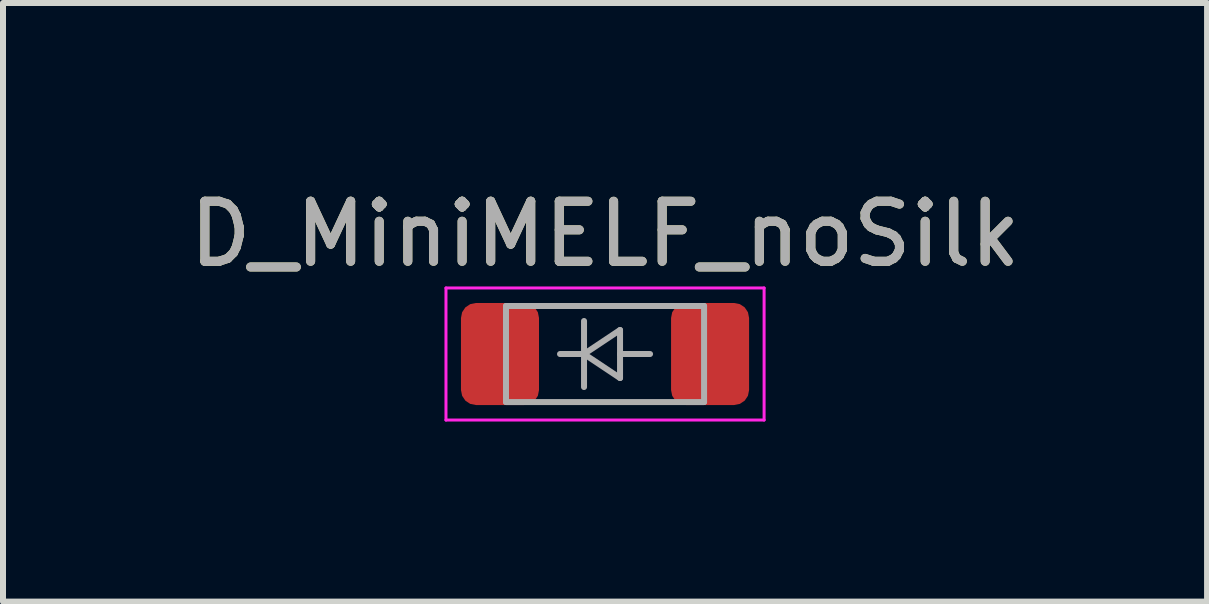
<source format=kicad_pcb>
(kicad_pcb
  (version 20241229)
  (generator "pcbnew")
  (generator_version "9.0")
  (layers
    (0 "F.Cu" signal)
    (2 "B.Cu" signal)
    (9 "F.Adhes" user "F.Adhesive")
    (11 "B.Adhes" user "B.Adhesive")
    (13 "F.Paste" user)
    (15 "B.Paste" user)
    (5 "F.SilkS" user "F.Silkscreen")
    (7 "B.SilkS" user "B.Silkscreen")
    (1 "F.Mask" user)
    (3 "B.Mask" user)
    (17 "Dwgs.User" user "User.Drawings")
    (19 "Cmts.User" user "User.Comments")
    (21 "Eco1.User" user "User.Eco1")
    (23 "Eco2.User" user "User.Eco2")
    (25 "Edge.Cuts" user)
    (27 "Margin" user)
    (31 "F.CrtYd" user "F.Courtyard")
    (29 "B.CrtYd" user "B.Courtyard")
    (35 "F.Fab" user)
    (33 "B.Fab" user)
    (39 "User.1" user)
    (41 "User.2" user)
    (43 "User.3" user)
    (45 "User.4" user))
  (footprint "D_MiniMELF_noSilk"
    (layer "F.Cu")
    (at 7.03 2.848)
    (property "Reference" "D_MiniMELF_noSilk" (at 0 -2 0) (layer "F.SilkS") (effects (font (size 1 1) (thickness 0.15))))
    (attr smd)
    (fp_line (start -2.65 -1.1) (end 2.65 -1.1) (stroke (width 0.05) (type solid)) (layer "F.CrtYd"))
    (fp_line (start -2.65 1.1) (end -2.65 -1.1) (stroke (width 0.05) (type solid)) (layer "F.CrtYd"))
    (fp_line (start 2.65 -1.1) (end 2.65 1.1) (stroke (width 0.05) (type solid)) (layer "F.CrtYd"))
    (fp_line (start 2.65 1.1) (end -2.65 1.1) (stroke (width 0.05) (type solid)) (layer "F.CrtYd"))
    (fp_line (start -1.65 -0.8) (end 1.65 -0.8) (stroke (width 0.1) (type solid)) (layer "F.Fab"))
    (fp_line (start -1.65 0.8) (end -1.65 -0.8) (stroke (width 0.1) (type solid)) (layer "F.Fab"))
    (fp_line (start -0.75 0) (end -0.35 0) (stroke (width 0.1) (type solid)) (layer "F.Fab"))
    (fp_line (start -0.35 0) (end -0.35 -0.55) (stroke (width 0.1) (type solid)) (layer "F.Fab"))
    (fp_line (start -0.35 0) (end -0.35 0.55) (stroke (width 0.1) (type solid)) (layer "F.Fab"))
    (fp_line (start -0.35 0) (end 0.25 -0.4) (stroke (width 0.1) (type solid)) (layer "F.Fab"))
    (fp_line (start 0.25 -0.4) (end 0.25 0.4) (stroke (width 0.1) (type solid)) (layer "F.Fab"))
    (fp_line (start 0.25 0) (end 0.75 0) (stroke (width 0.1) (type solid)) (layer "F.Fab"))
    (fp_line (start 0.25 0.4) (end -0.35 0) (stroke (width 0.1) (type solid)) (layer "F.Fab"))
    (fp_line (start 1.65 -0.8) (end 1.65 0.8) (stroke (width 0.1) (type solid)) (layer "F.Fab"))
    (fp_line (start 1.65 0.8) (end -1.65 0.8) (stroke (width 0.1) (type solid)) (layer "F.Fab"))
    (fp_text user "${REFERENCE}" (at 0 -2 0) (layer "F.Fab") (effects (font (size 1 1) (thickness 0.15))))
    (pad "1" smd roundrect (at -1.75 0) (size 1.3 1.7) (layers "F.Cu" "F.Mask" "F.Paste") (roundrect_rratio 0.192))
    (pad "2" smd roundrect (at 1.75 0) (size 1.3 1.7) (layers "F.Cu" "F.Mask" "F.Paste") (roundrect_rratio 0.192)))
  (gr_rect
    (start -3 -3)
    (end 17.06 6.973)
    (stroke (width 0.1) (type default))
    (fill no)
    (layer "Edge.Cuts")))
</source>
